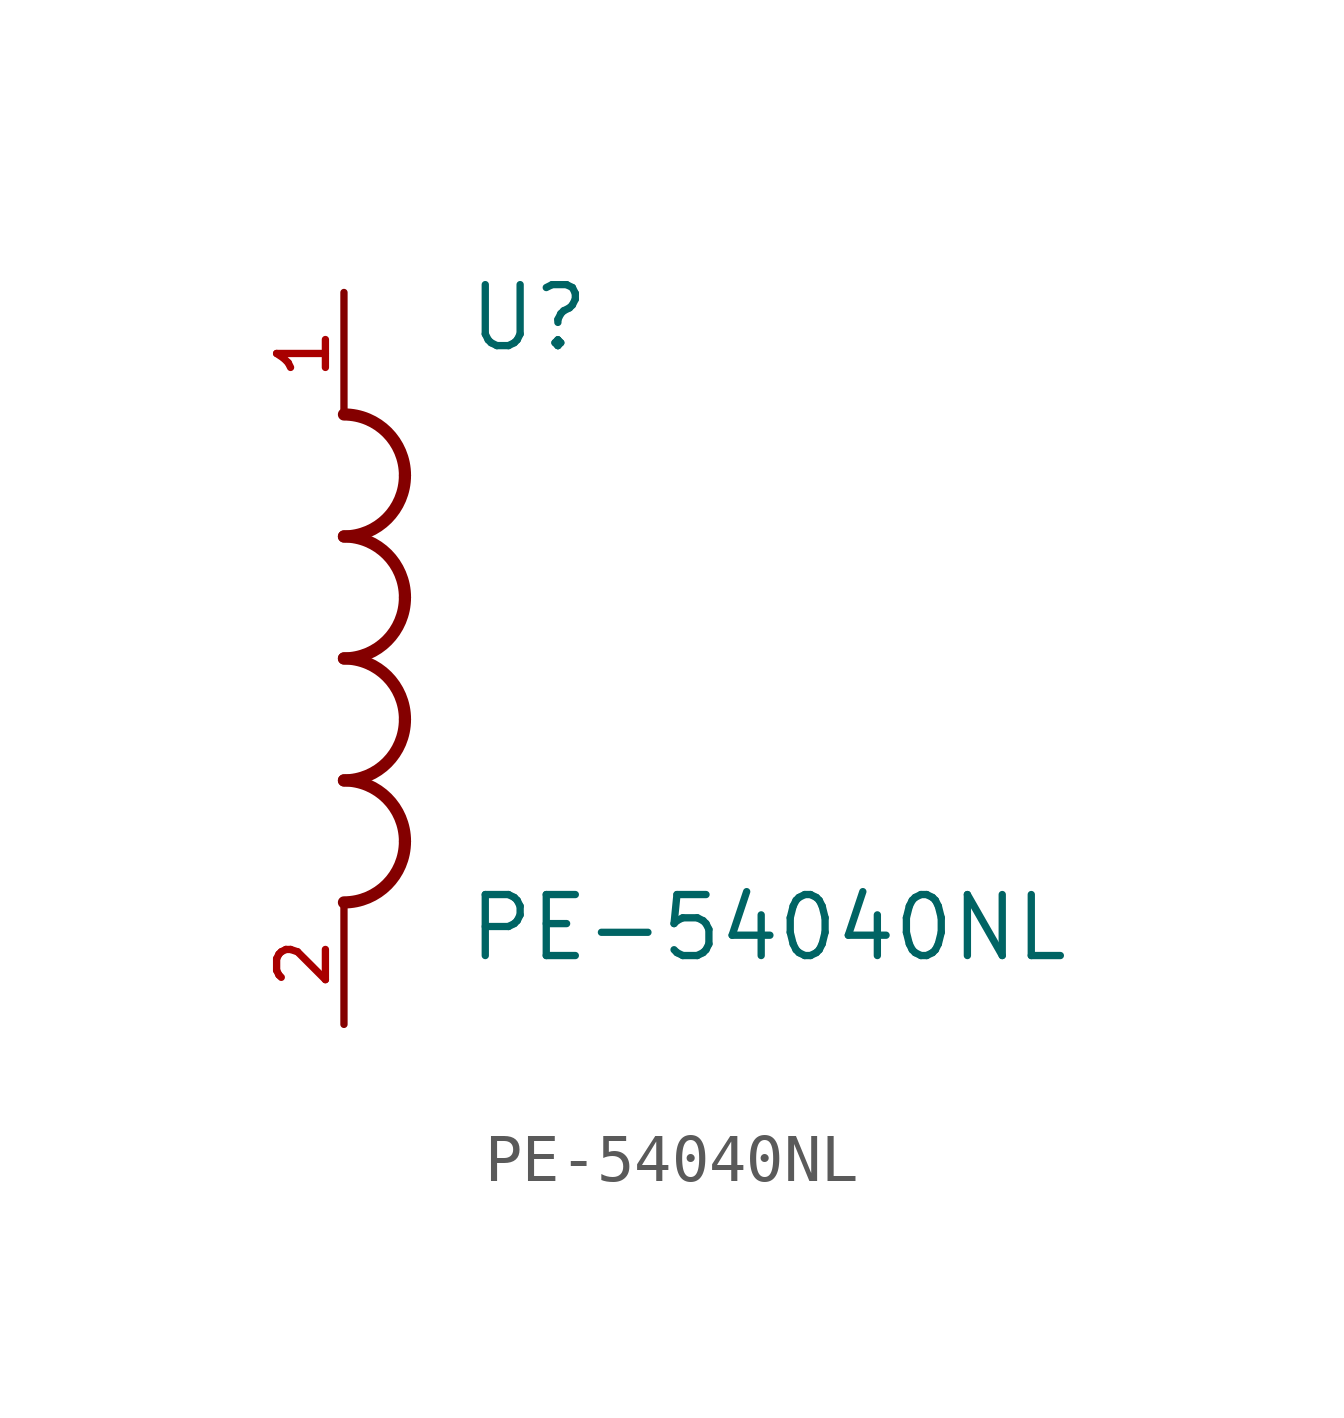
<source format=kicad_sym>
(kicad_symbol_lib
  (version 20211014)
  (generator kicad_symbol_editor)
  (symbol "PE-54040NL"
    (pin_names
      (offset 1.016))
    (property "Reference" "U"
      (at 2.54 6.35 0)
      (effects (font (size 1.27 1.27)) (justify bottom left)))
    (property "Value" "PE-54040NL"
      (at 2.54 -6.35 0)
      (effects (font (size 1.27 1.27)) (justify bottom left)))
    (symbol "PE-54040NL_0_0"
      (arc (start 1.27 3.81) (mid 0.898 4.708) (end 0.0 5.08) (stroke (width 0.254) (type default) (color 0 0 0 0)) (fill (type none)))
      (arc (start 1.27 3.81) (mid 0.898 2.912) (end 0.0 2.54) (stroke (width 0.254) (type default) (color 0 0 0 0)) (fill (type none)))
      (arc (start 1.27 1.27) (mid 0.898 2.168) (end 0.0 2.54) (stroke (width 0.254) (type default) (color 0 0 0 0)) (fill (type none)))
      (arc (start 1.27 1.27) (mid 0.898 0.372) (end 0.0 0.0) (stroke (width 0.254) (type default) (color 0 0 0 0)) (fill (type none)))
      (arc (start 1.27 -1.27) (mid 0.898 -0.372) (end 0.0 0.0) (stroke (width 0.254) (type default) (color 0 0 0 0)) (fill (type none)))
      (arc (start 1.27 -1.27) (mid 0.898 -2.168) (end 0.0 -2.54) (stroke (width 0.254) (type default) (color 0 0 0 0)) (fill (type none)))
      (arc (start 1.27 -3.81) (mid 0.898 -2.912) (end 0.0 -2.54) (stroke (width 0.254) (type default) (color 0 0 0 0)) (fill (type none)))
      (arc (start 1.27 -3.81) (mid 0.898 -4.708) (end 0.0 -5.08) (stroke (width 0.254) (type default) (color 0 0 0 0)) (fill (type none)))
      (pin passive line (at 0.0 7.62 270.0) (length 2.54) (name "~" (effects (font (size 1.016 1.016)))) (number "1" (effects (font (size 1.016 1.016)))))
      (pin passive line (at 0.0 -7.62 90.0) (length 2.54) (name "~" (effects (font (size 1.016 1.016)))) (number "2" (effects (font (size 1.016 1.016))))))))
</source>
